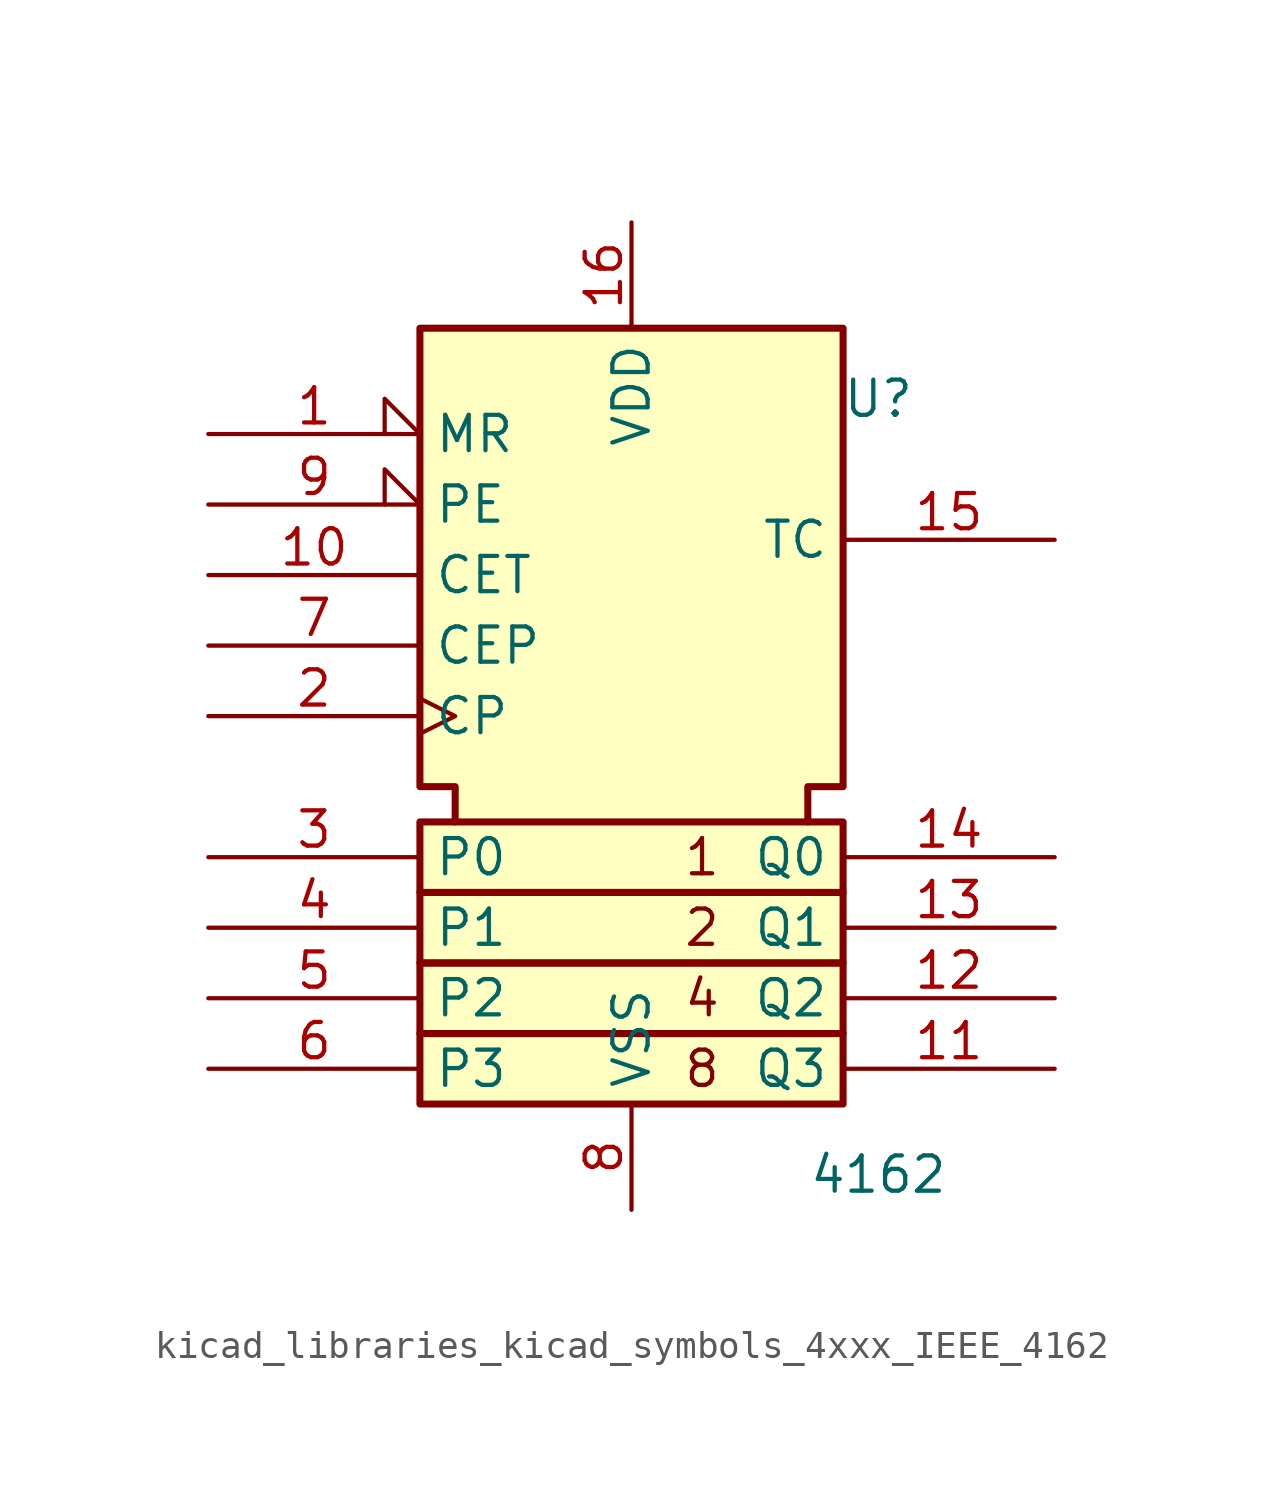
<source format=kicad_sym>
(kicad_symbol_lib
  (version 20220914)
  (generator kicad_symbol_editor)
  (symbol "kicad_libraries_kicad_symbols_4xxx_IEEE_4162"
    (property "Reference" "U"
      (at 8.89 8.89 0)
      (effects (font (size 1.27 1.27))))
    (property "Value" "4162"
      (at 8.89 -19.05 0)
      (effects (font (size 1.27 1.27))))
    (symbol "kicad_libraries_kicad_symbols_4xxx_IEEE_4162_0_0"
      (rectangle (start -7.62 -13.97) (end 7.62 -16.51) (stroke (width 0.254) (type default)) (fill (type background)))
      (rectangle (start -7.62 -11.43) (end 7.62 -13.97) (stroke (width 0.254) (type default)) (fill (type background)))
      (rectangle (start -7.62 -8.89) (end 7.62 -11.43) (stroke (width 0.254) (type default)) (fill (type background)))
      (rectangle (start -7.62 -6.35) (end 7.62 -8.89) (stroke (width 0.254) (type default)) (fill (type background)))
      (polyline (pts (xy -6.35 -6.35) (xy -6.35 -5.08) (xy -7.62 -5.08) (xy -7.62 11.43) (xy 7.62 11.43) (xy 7.62 -5.08) (xy 6.35 -5.08) (xy 6.35 -6.35) (xy 6.35 -6.35)) (stroke (width 0.254) (type default)) (fill (type background)))
      (text "1" (at 2.54 -7.62 0) (effects (font (size 1.27 1.27))))
      (text "2" (at 2.54 -10.16 0) (effects (font (size 1.27 1.27))))
      (text "4" (at 2.54 -12.7 0) (effects (font (size 1.27 1.27))))
      (text "8" (at 2.54 -15.24 0) (effects (font (size 1.27 1.27)))))
    (symbol "kicad_libraries_kicad_symbols_4xxx_IEEE_4162_1_1"
      (pin input input_low (at -15.24 7.62 0) (length 7.62) (name "MR" (effects (font (size 1.27 1.27)))) (number "1" (effects (font (size 1.27 1.27)))))
      (pin input line (at -15.24 2.54 0) (length 7.62) (name "CET" (effects (font (size 1.27 1.27)))) (number "10" (effects (font (size 1.27 1.27)))))
      (pin output line (at 15.24 -15.24 180) (length 7.62) (name "Q3" (effects (font (size 1.27 1.27)))) (number "11" (effects (font (size 1.27 1.27)))))
      (pin output line (at 15.24 -12.7 180) (length 7.62) (name "Q2" (effects (font (size 1.27 1.27)))) (number "12" (effects (font (size 1.27 1.27)))))
      (pin output line (at 15.24 -10.16 180) (length 7.62) (name "Q1" (effects (font (size 1.27 1.27)))) (number "13" (effects (font (size 1.27 1.27)))))
      (pin output line (at 15.24 -7.62 180) (length 7.62) (name "Q0" (effects (font (size 1.27 1.27)))) (number "14" (effects (font (size 1.27 1.27)))))
      (pin output line (at 15.24 3.81 180) (length 7.62) (name "TC" (effects (font (size 1.27 1.27)))) (number "15" (effects (font (size 1.27 1.27)))))
      (pin power_in line (at 0 15.24 270) (length 3.81) (name "VDD" (effects (font (size 1.27 1.27)))) (number "16" (effects (font (size 1.27 1.27)))))
      (pin input clock (at -15.24 -2.54 0) (length 7.62) (name "CP" (effects (font (size 1.27 1.27)))) (number "2" (effects (font (size 1.27 1.27)))))
      (pin input line (at -15.24 -7.62 0) (length 7.62) (name "P0" (effects (font (size 1.27 1.27)))) (number "3" (effects (font (size 1.27 1.27)))))
      (pin input line (at -15.24 -10.16 0) (length 7.62) (name "P1" (effects (font (size 1.27 1.27)))) (number "4" (effects (font (size 1.27 1.27)))))
      (pin input line (at -15.24 -12.7 0) (length 7.62) (name "P2" (effects (font (size 1.27 1.27)))) (number "5" (effects (font (size 1.27 1.27)))))
      (pin input line (at -15.24 -15.24 0) (length 7.62) (name "P3" (effects (font (size 1.27 1.27)))) (number "6" (effects (font (size 1.27 1.27)))))
      (pin input line (at -15.24 0 0) (length 7.62) (name "CEP" (effects (font (size 1.27 1.27)))) (number "7" (effects (font (size 1.27 1.27)))))
      (pin power_in line (at 0 -20.32 90) (length 3.81) (name "VSS" (effects (font (size 1.27 1.27)))) (number "8" (effects (font (size 1.27 1.27)))))
      (pin input input_low (at -15.24 5.08 0) (length 7.62) (name "PE" (effects (font (size 1.27 1.27)))) (number "9" (effects (font (size 1.27 1.27))))))))
</source>
